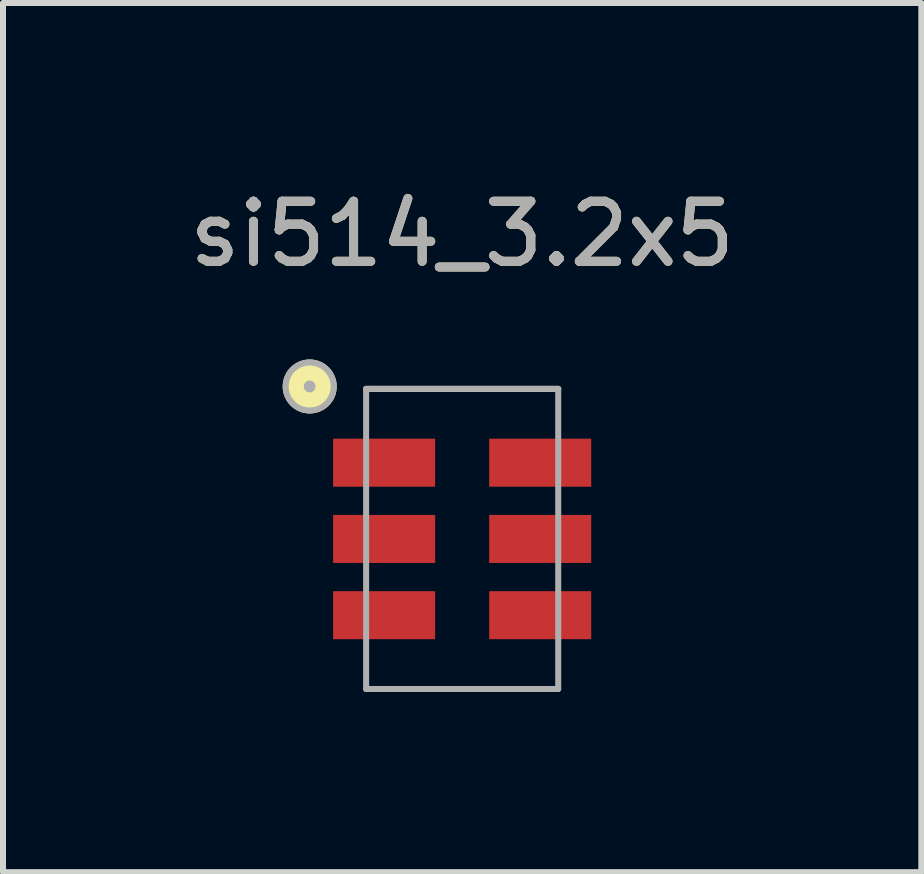
<source format=kicad_pcb>
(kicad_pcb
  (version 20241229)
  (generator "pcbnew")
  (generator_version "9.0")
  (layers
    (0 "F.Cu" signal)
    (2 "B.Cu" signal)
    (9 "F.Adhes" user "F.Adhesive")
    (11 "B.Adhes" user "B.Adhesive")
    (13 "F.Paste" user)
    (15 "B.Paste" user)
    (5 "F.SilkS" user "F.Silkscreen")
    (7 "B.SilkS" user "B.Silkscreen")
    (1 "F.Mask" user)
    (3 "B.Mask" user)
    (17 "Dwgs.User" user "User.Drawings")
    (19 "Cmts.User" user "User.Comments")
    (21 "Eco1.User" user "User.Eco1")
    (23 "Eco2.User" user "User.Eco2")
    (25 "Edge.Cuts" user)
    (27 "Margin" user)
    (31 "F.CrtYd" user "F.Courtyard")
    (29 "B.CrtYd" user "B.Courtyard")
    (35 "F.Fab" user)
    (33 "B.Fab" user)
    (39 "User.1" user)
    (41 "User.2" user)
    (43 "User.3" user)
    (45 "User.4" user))
  (footprint "si514_3.2x5"
    (layer "F.Cu")
    (at 4.649 5.928)
    (property "Reference" "si514_3.2x5" (at 0 -5.08 0) (unlocked yes) (layer "F.SilkS") (effects (font (size 1 1) (thickness 0.15))))
    (attr smd)
    (fp_line (start -1.6 -2.5) (end 1.6 -2.5) (stroke (width 0.1) (type solid)) (layer "F.SilkS"))
    (fp_circle (center -2.54 -2.54) (end -2.14 -2.54) (stroke (width 0.1) (type solid)) (fill yes) (layer "F.SilkS"))
    (fp_line (start -1.6 -2.5) (end -1.6 2.5) (stroke (width 0.1) (type solid)) (layer "F.Fab"))
    (fp_line (start -1.6 -2.5) (end 1.6 -2.5) (stroke (width 0.1) (type solid)) (layer "F.Fab"))
    (fp_line (start -1.6 2.5) (end 1.6 2.5) (stroke (width 0.1) (type solid)) (layer "F.Fab"))
    (fp_line (start 1.6 -2.5) (end 1.6 2.5) (stroke (width 0.1) (type solid)) (layer "F.Fab"))
    (fp_circle (center -2.54 -2.54) (end -2.54 -2.54) (stroke (width 0.1) (type solid)) (fill no) (layer "F.Fab"))
    (fp_circle (center -2.54 -2.54) (end -2.14 -2.54) (stroke (width 0.1) (type solid)) (fill no) (layer "F.Fab"))
    (fp_text user "${REFERENCE}" (at 0 -5.08 0) (unlocked yes) (layer "F.Fab") (effects (font (size 1 1) (thickness 0.15))))
    (pad "1" smd rect (at -1.3 -1.27) (size 1.7 0.8) (layers "F.Cu" "F.Mask" "F.Paste"))
    (pad "2" smd rect (at -1.3 0) (size 1.7 0.8) (layers "F.Cu" "F.Mask" "F.Paste"))
    (pad "3" smd rect (at -1.3 1.27) (size 1.7 0.8) (layers "F.Cu" "F.Mask" "F.Paste"))
    (pad "4" smd rect (at 1.3 1.27) (size 1.7 0.8) (layers "F.Cu" "F.Mask" "F.Paste"))
    (pad "5" smd rect (at 1.3 0) (size 1.7 0.8) (layers "F.Cu" "F.Mask" "F.Paste"))
    (pad "6" smd rect (at 1.3 -1.27) (size 1.7 0.8) (layers "F.Cu" "F.Mask" "F.Paste")))
  (gr_rect
    (start -3 -3)
    (end 12.298 11.478)
    (stroke (width 0.1) (type default))
    (fill no)
    (layer "Edge.Cuts")))
</source>
